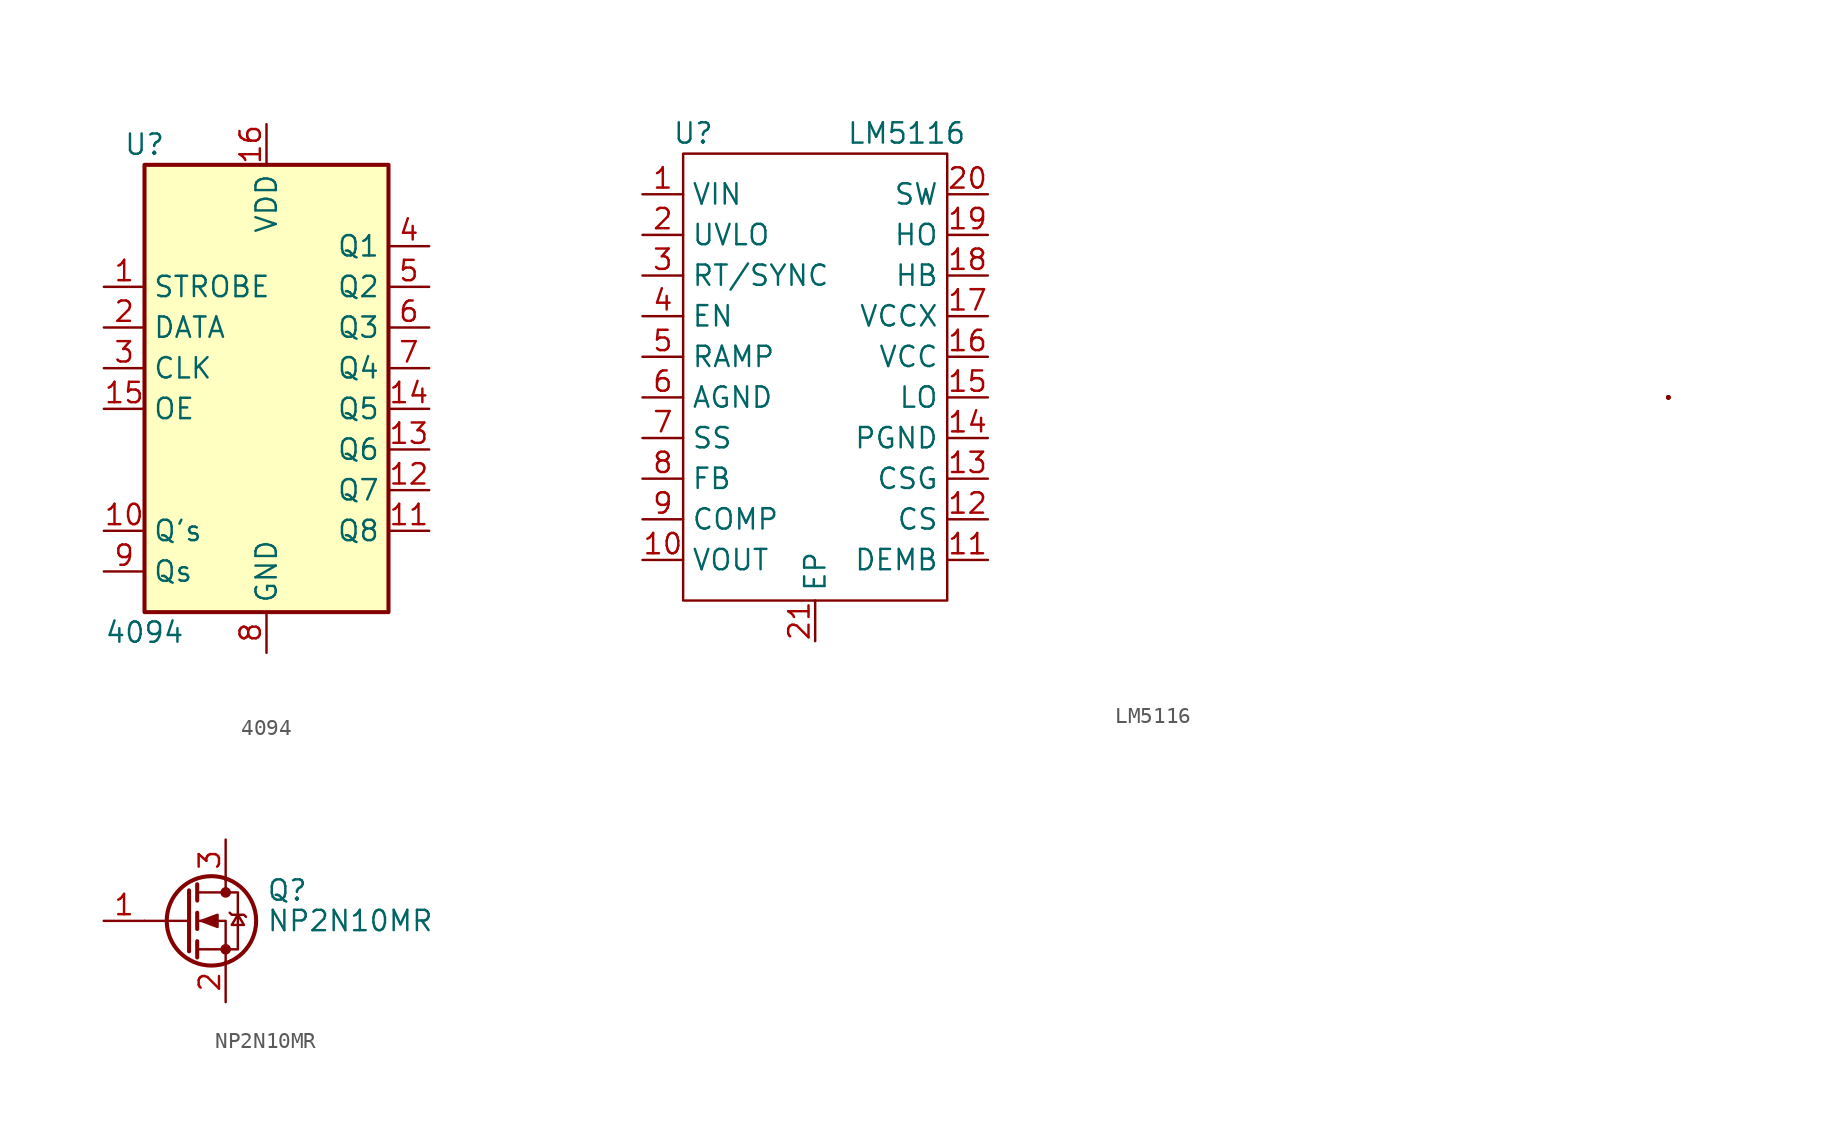
<source format=kicad_sym>
(kicad_symbol_lib
  (version 20211014)
  (generator kicad_symbol_editor)
  (symbol "4094"
    (property "Reference" "U"
      (at -7.62 13.97 0)
      (effects (font (size 1.27 1.27))))
    (property "Value" "4094"
      (at -7.62 -16.51 0)
      (effects (font (size 1.27 1.27))))
    (symbol "4094_1_0"
      (pin input line (at -10.16 5.08 0) (length 2.54) (name "STROBE" (effects (font (size 1.27 1.27)))) (number "1" (effects (font (size 1.27 1.27)))))
      (pin output line (at -10.16 -10.16 0) (length 2.54) (name "Q's" (effects (font (size 1.27 1.27)))) (number "10" (effects (font (size 1.27 1.27)))))
      (pin tri_state line (at 10.16 -10.16 180) (length 2.54) (name "Q8" (effects (font (size 1.27 1.27)))) (number "11" (effects (font (size 1.27 1.27)))))
      (pin tri_state line (at 10.16 -7.62 180) (length 2.54) (name "Q7" (effects (font (size 1.27 1.27)))) (number "12" (effects (font (size 1.27 1.27)))))
      (pin tri_state line (at 10.16 -5.08 180) (length 2.54) (name "Q6" (effects (font (size 1.27 1.27)))) (number "13" (effects (font (size 1.27 1.27)))))
      (pin tri_state line (at 10.16 -2.54 180) (length 2.54) (name "Q5" (effects (font (size 1.27 1.27)))) (number "14" (effects (font (size 1.27 1.27)))))
      (pin input line (at -10.16 -2.54 0) (length 2.54) (name "OE" (effects (font (size 1.27 1.27)))) (number "15" (effects (font (size 1.27 1.27)))))
      (pin power_in line (at 0 15.24 270) (length 2.54) (name "VDD" (effects (font (size 1.27 1.27)))) (number "16" (effects (font (size 1.27 1.27)))))
      (pin input line (at -10.16 2.54 0) (length 2.54) (name "DATA" (effects (font (size 1.27 1.27)))) (number "2" (effects (font (size 1.27 1.27)))))
      (pin input line (at -10.16 0 0) (length 2.54) (name "CLK" (effects (font (size 1.27 1.27)))) (number "3" (effects (font (size 1.27 1.27)))))
      (pin tri_state line (at 10.16 7.62 180) (length 2.54) (name "Q1" (effects (font (size 1.27 1.27)))) (number "4" (effects (font (size 1.27 1.27)))))
      (pin tri_state line (at 10.16 5.08 180) (length 2.54) (name "Q2" (effects (font (size 1.27 1.27)))) (number "5" (effects (font (size 1.27 1.27)))))
      (pin tri_state line (at 10.16 2.54 180) (length 2.54) (name "Q3" (effects (font (size 1.27 1.27)))) (number "6" (effects (font (size 1.27 1.27)))))
      (pin tri_state line (at 10.16 0 180) (length 2.54) (name "Q4" (effects (font (size 1.27 1.27)))) (number "7" (effects (font (size 1.27 1.27)))))
      (pin power_in line (at 0 -17.78 90) (length 2.54) (name "GND" (effects (font (size 1.27 1.27)))) (number "8" (effects (font (size 1.27 1.27)))))
      (pin output line (at -10.16 -12.7 0) (length 2.54) (name "Qs" (effects (font (size 1.27 1.27)))) (number "9" (effects (font (size 1.27 1.27))))))
    (symbol "4094_1_1"
      (rectangle (start -7.62 12.7) (end 7.62 -15.24) (stroke (width 0.254) (type default) (color 0 0 0 0)) (fill (type background)))))
  (symbol "LM5116"
    (property "Reference" "U"
      (at -6.985 13.97 0)
      (effects (font (size 1.27 1.27))))
    (property "Value" "LM5116"
      (at 6.35 13.97 0)
      (effects (font (size 1.27 1.27))))
    (symbol "LM5116_0_1"
      (rectangle (start -7.62 12.7) (end 8.89 -15.24) (stroke (width 0.152) (type default) (color 0 0 0 0)) (fill (type none)))
      (rectangle (start 7.62 10.16) (end 7.62 10.16) (stroke (width 0.152) (type default) (color 0 0 0 0)) (fill (type none)))
      (rectangle (start 7.62 10.16) (end 7.62 10.16) (stroke (width 0.152) (type default) (color 0 0 0 0)) (fill (type none)))
      (rectangle (start 7.62 10.16) (end 7.62 10.16) (stroke (width 0.152) (type default) (color 0 0 0 0)) (fill (type none)))
      (rectangle (start 7.62 10.16) (end 7.62 10.16) (stroke (width 0.152) (type default) (color 0 0 0 0)) (fill (type none)))
      (circle (center 53.975 -2.54) (radius 0.0001) (stroke (width 0.152) (type default) (color 0 0 0 0)) (fill (type none)))
      (circle (center 53.975 -2.54) (radius 0.0001) (stroke (width 0.152) (type default) (color 0 0 0 0)) (fill (type none))))
    (symbol "LM5116_1_1"
      (pin power_in line (at -10.16 10.16 0) (length 2.54) (name "VIN" (effects (font (size 1.27 1.27)))) (number "1" (effects (font (size 1.27 1.27)))))
      (pin input line (at -10.16 -12.7 0) (length 2.54) (name "VOUT" (effects (font (size 1.27 1.27)))) (number "10" (effects (font (size 1.27 1.27)))))
      (pin input line (at 11.43 -12.7 180) (length 2.54) (name "DEMB" (effects (font (size 1.27 1.27)))) (number "11" (effects (font (size 1.27 1.27)))))
      (pin input line (at 11.43 -10.16 180) (length 2.54) (name "CS" (effects (font (size 1.27 1.27)))) (number "12" (effects (font (size 1.27 1.27)))))
      (pin input line (at 11.43 -7.62 180) (length 2.54) (name "CSG" (effects (font (size 1.27 1.27)))) (number "13" (effects (font (size 1.27 1.27)))))
      (pin passive line (at 11.43 -5.08 180) (length 2.54) (name "PGND" (effects (font (size 1.27 1.27)))) (number "14" (effects (font (size 1.27 1.27)))))
      (pin output line (at 11.43 -2.54 180) (length 2.54) (name "LO" (effects (font (size 1.27 1.27)))) (number "15" (effects (font (size 1.27 1.27)))))
      (pin power_in line (at 11.43 0 180) (length 2.54) (name "VCC" (effects (font (size 1.27 1.27)))) (number "16" (effects (font (size 1.27 1.27)))))
      (pin power_in line (at 11.43 2.54 180) (length 2.54) (name "VCCX" (effects (font (size 1.27 1.27)))) (number "17" (effects (font (size 1.27 1.27)))))
      (pin output line (at 11.43 5.08 180) (length 2.54) (name "HB" (effects (font (size 1.27 1.27)))) (number "18" (effects (font (size 1.27 1.27)))))
      (pin output line (at 11.43 7.62 180) (length 2.54) (name "HO" (effects (font (size 1.27 1.27)))) (number "19" (effects (font (size 1.27 1.27)))))
      (pin input line (at -10.16 7.62 0) (length 2.54) (name "UVLO" (effects (font (size 1.27 1.27)))) (number "2" (effects (font (size 1.27 1.27)))))
      (pin output line (at 11.43 10.16 180) (length 2.54) (name "SW" (effects (font (size 1.27 1.27)))) (number "20" (effects (font (size 1.27 1.27)))))
      (pin passive line (at 0.635 -17.78 90) (length 2.54) (name "EP" (effects (font (size 1.27 1.27)))) (number "21" (effects (font (size 1.27 1.27)))))
      (pin input line (at -10.16 5.08 0) (length 2.54) (name "RT/SYNC" (effects (font (size 1.27 1.27)))) (number "3" (effects (font (size 1.27 1.27)))))
      (pin input line (at -10.16 2.54 0) (length 2.54) (name "EN" (effects (font (size 1.27 1.27)))) (number "4" (effects (font (size 1.27 1.27)))))
      (pin input line (at -10.16 0 0) (length 2.54) (name "RAMP" (effects (font (size 1.27 1.27)))) (number "5" (effects (font (size 1.27 1.27)))))
      (pin passive line (at -10.16 -2.54 0) (length 2.54) (name "AGND" (effects (font (size 1.27 1.27)))) (number "6" (effects (font (size 1.27 1.27)))))
      (pin input line (at -10.16 -5.08 0) (length 2.54) (name "SS" (effects (font (size 1.27 1.27)))) (number "7" (effects (font (size 1.27 1.27)))))
      (pin input line (at -10.16 -7.62 0) (length 2.54) (name "FB" (effects (font (size 1.27 1.27)))) (number "8" (effects (font (size 1.27 1.27)))))
      (pin input line (at -10.16 -10.16 0) (length 2.54) (name "COMP" (effects (font (size 1.27 1.27)))) (number "9" (effects (font (size 1.27 1.27)))))))
  (symbol "NP2N10MR"
    (pin_names hide)
    (property "Reference" "Q"
      (at 5.08 1.905 0)
      (effects (font (size 1.27 1.27)) (justify left)))
    (property "Value" "NP2N10MR"
      (at 5.08 0 0)
      (effects (font (size 1.27 1.27)) (justify left)))
    (symbol "NP2N10MR_0_1"
      (polyline (pts (xy 0.254 0) (xy -2.54 0)) (stroke (width 0) (type default) (color 0 0 0 0)) (fill (type none)))
      (polyline (pts (xy 0.254 1.905) (xy 0.254 -1.905)) (stroke (width 0.254) (type default) (color 0 0 0 0)) (fill (type none)))
      (polyline (pts (xy 0.762 -1.27) (xy 0.762 -2.286)) (stroke (width 0.254) (type default) (color 0 0 0 0)) (fill (type none)))
      (polyline (pts (xy 0.762 0.508) (xy 0.762 -0.508)) (stroke (width 0.254) (type default) (color 0 0 0 0)) (fill (type none)))
      (polyline (pts (xy 0.762 2.286) (xy 0.762 1.27)) (stroke (width 0.254) (type default) (color 0 0 0 0)) (fill (type none)))
      (polyline (pts (xy 2.54 2.54) (xy 2.54 1.778)) (stroke (width 0) (type default) (color 0 0 0 0)) (fill (type none)))
      (polyline (pts (xy 2.54 -2.54) (xy 2.54 0) (xy 0.762 0)) (stroke (width 0) (type default) (color 0 0 0 0)) (fill (type none)))
      (polyline (pts (xy 0.762 -1.778) (xy 3.302 -1.778) (xy 3.302 1.778) (xy 0.762 1.778)) (stroke (width 0) (type default) (color 0 0 0 0)) (fill (type none)))
      (polyline (pts (xy 1.016 0) (xy 2.032 0.381) (xy 2.032 -0.381) (xy 1.016 0)) (stroke (width 0) (type default) (color 0 0 0 0)) (fill (type outline)))
      (polyline (pts (xy 2.794 0.508) (xy 2.921 0.381) (xy 3.683 0.381) (xy 3.81 0.254)) (stroke (width 0) (type default) (color 0 0 0 0)) (fill (type none)))
      (polyline (pts (xy 3.302 0.381) (xy 2.921 -0.254) (xy 3.683 -0.254) (xy 3.302 0.381)) (stroke (width 0) (type default) (color 0 0 0 0)) (fill (type none)))
      (circle (center 1.651 0) (radius 2.794) (stroke (width 0.254) (type default) (color 0 0 0 0)) (fill (type none)))
      (circle (center 2.54 -1.778) (radius 0.254) (stroke (width 0) (type default) (color 0 0 0 0)) (fill (type outline)))
      (circle (center 2.54 1.778) (radius 0.254) (stroke (width 0) (type default) (color 0 0 0 0)) (fill (type outline))))
    (symbol "NP2N10MR_1_1"
      (pin input line (at -5.08 0 0) (length 2.54) (name "G" (effects (font (size 1.27 1.27)))) (number "1" (effects (font (size 1.27 1.27)))))
      (pin passive line (at 2.54 -5.08 90) (length 2.54) (name "S" (effects (font (size 1.27 1.27)))) (number "2" (effects (font (size 1.27 1.27)))))
      (pin passive line (at 2.54 5.08 270) (length 2.54) (name "D" (effects (font (size 1.27 1.27)))) (number "3" (effects (font (size 1.27 1.27))))))))
</source>
